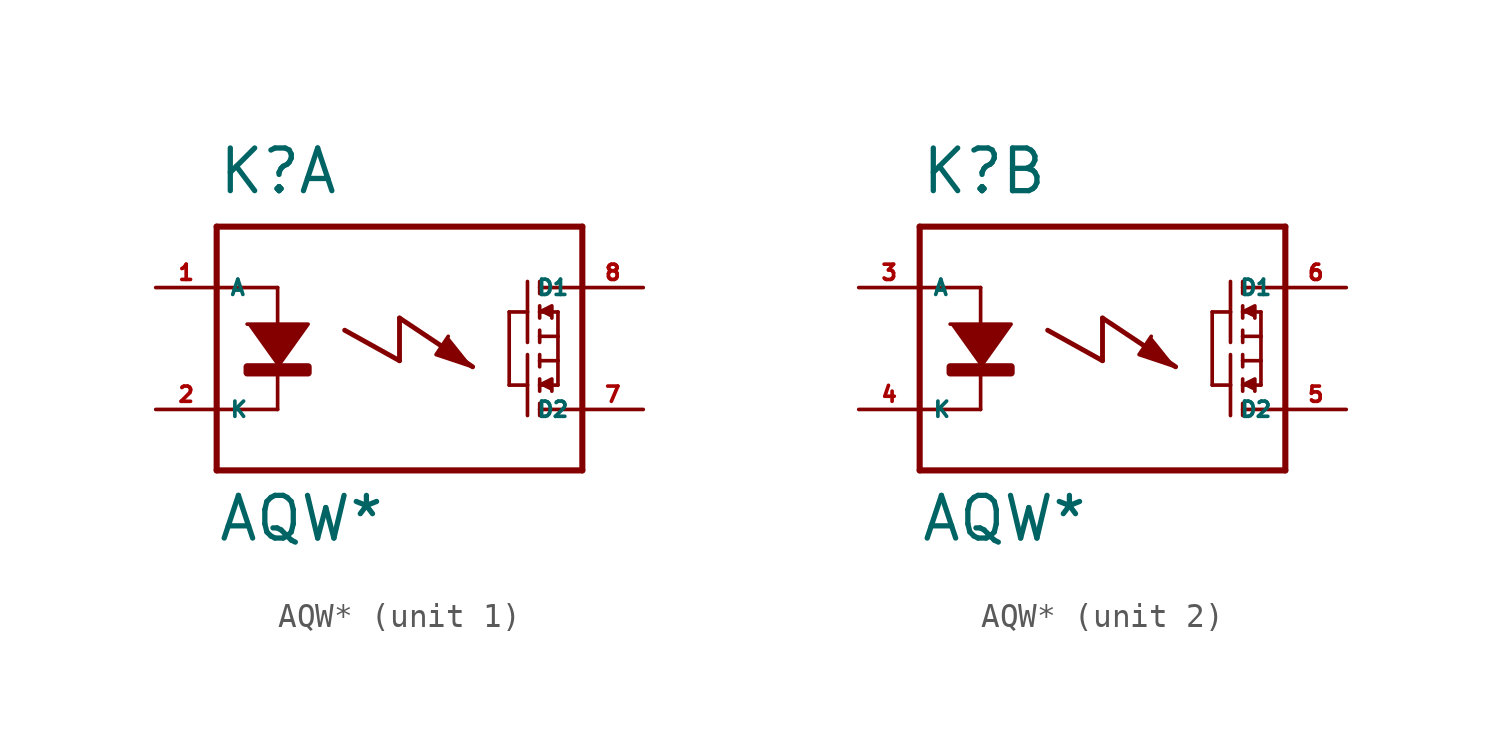
<source format=kicad_sym>
(kicad_symbol_lib
  (version 20220914)
  (generator Eagle2Kicad)
  (symbol "AQW*"
    (property "Reference" "K"
      (at -7.62 6.35 0)
      (effects (font (size 1.778 1.778) (thickness 0.22)) (justify left bottom)))
    (property "Value" "AQW*"
      (at -7.62 -8.128 0)
      (effects (font (size 1.778 1.778) (thickness 0.22)) (justify left bottom)))
    (symbol "AQW*_1_0"
      (polyline (pts (xy -6.35 1.016) (xy -3.81 1.016) (xy -5.08 -0.762)) (stroke (width 0.152) (type default)) (fill (type outline)))
      (polyline (pts (xy 5.842 1.524) (xy 6.35 1.778) (xy 6.35 1.27)) (stroke (width 0.152) (type default)) (fill (type outline)))
      (polyline (pts (xy 5.842 -1.524) (xy 6.35 -1.27) (xy 6.35 -1.778)) (stroke (width 0.152) (type default)) (fill (type outline)))
      (polyline (pts (xy 2.032 0.508) (xy 1.524 -0.254) (xy 3.048 -0.762)) (stroke (width 0.152) (type default)) (fill (type outline)))
      (polyline (pts (xy -5.08 2.54) (xy -5.08 -2.54)) (stroke (width 0.152) (type default)) (fill (type none)))
      (polyline (pts (xy 5.842 2.794) (xy 5.842 2.54)) (stroke (width 0.152) (type default)) (fill (type none)))
      (polyline (pts (xy 5.842 2.54) (xy 5.842 2.286)) (stroke (width 0.152) (type default)) (fill (type none)))
      (polyline (pts (xy 5.842 1.778) (xy 5.842 1.524)) (stroke (width 0.152) (type default)) (fill (type none)))
      (polyline (pts (xy 5.842 1.524) (xy 5.842 1.27)) (stroke (width 0.152) (type default)) (fill (type none)))
      (polyline (pts (xy 5.842 0.762) (xy 5.842 0.508)) (stroke (width 0.152) (type default)) (fill (type none)))
      (polyline (pts (xy 5.842 0.508) (xy 5.842 0.254)) (stroke (width 0.152) (type default)) (fill (type none)))
      (polyline (pts (xy 5.842 1.524) (xy 6.604 1.524)) (stroke (width 0.152) (type default)) (fill (type none)))
      (polyline (pts (xy 5.842 0.508) (xy 6.604 0.508)) (stroke (width 0.152) (type default)) (fill (type none)))
      (polyline (pts (xy 6.604 0.508) (xy 6.604 1.524)) (stroke (width 0.152) (type default)) (fill (type none)))
      (polyline (pts (xy 5.334 2.794) (xy 5.334 1.524)) (stroke (width 0.152) (type default)) (fill (type none)))
      (polyline (pts (xy 5.334 1.524) (xy 5.334 0.254)) (stroke (width 0.152) (type default)) (fill (type none)))
      (polyline (pts (xy 5.334 1.524) (xy 4.572 1.524)) (stroke (width 0.152) (type default)) (fill (type none)))
      (polyline (pts (xy 5.842 -2.794) (xy 5.842 -2.54)) (stroke (width 0.152) (type default)) (fill (type none)))
      (polyline (pts (xy 5.842 -2.54) (xy 5.842 -2.286)) (stroke (width 0.152) (type default)) (fill (type none)))
      (polyline (pts (xy 5.842 -1.778) (xy 5.842 -1.524)) (stroke (width 0.152) (type default)) (fill (type none)))
      (polyline (pts (xy 5.842 -1.524) (xy 5.842 -1.27)) (stroke (width 0.152) (type default)) (fill (type none)))
      (polyline (pts (xy 5.842 -0.762) (xy 5.842 -0.508)) (stroke (width 0.152) (type default)) (fill (type none)))
      (polyline (pts (xy 5.842 -0.508) (xy 5.842 -0.254)) (stroke (width 0.152) (type default)) (fill (type none)))
      (polyline (pts (xy 5.842 -1.524) (xy 6.604 -1.524)) (stroke (width 0.152) (type default)) (fill (type none)))
      (polyline (pts (xy 5.842 -0.508) (xy 6.604 -0.508)) (stroke (width 0.152) (type default)) (fill (type none)))
      (polyline (pts (xy 6.604 -0.508) (xy 6.604 -1.524)) (stroke (width 0.152) (type default)) (fill (type none)))
      (polyline (pts (xy 6.604 0.508) (xy 6.604 -0.508)) (stroke (width 0.152) (type default)) (fill (type none)))
      (polyline (pts (xy 5.334 -2.794) (xy 5.334 -1.524)) (stroke (width 0.152) (type default)) (fill (type none)))
      (polyline (pts (xy 5.334 -1.524) (xy 5.334 -0.254)) (stroke (width 0.152) (type default)) (fill (type none)))
      (polyline (pts (xy 5.334 -1.524) (xy 4.572 -1.524)) (stroke (width 0.152) (type default)) (fill (type none)))
      (polyline (pts (xy 4.572 1.524) (xy 4.572 -1.524)) (stroke (width 0.152) (type default)) (fill (type none)))
      (polyline (pts (xy 5.842 2.54) (xy 7.62 2.54)) (stroke (width 0.152) (type default)) (fill (type none)))
      (polyline (pts (xy 5.842 -2.54) (xy 7.62 -2.54)) (stroke (width 0.152) (type default)) (fill (type none)))
      (polyline (pts (xy -7.62 5.08) (xy -7.62 2.54)) (stroke (width 0.254) (type default)) (fill (type none)))
      (polyline (pts (xy -7.62 2.54) (xy -7.62 -2.54)) (stroke (width 0.254) (type default)) (fill (type none)))
      (polyline (pts (xy -7.62 -2.54) (xy -7.62 -5.08)) (stroke (width 0.254) (type default)) (fill (type none)))
      (polyline (pts (xy -7.62 -5.08) (xy 7.62 -5.08)) (stroke (width 0.254) (type default)) (fill (type none)))
      (polyline (pts (xy 7.62 -5.08) (xy 7.62 5.08)) (stroke (width 0.254) (type default)) (fill (type none)))
      (polyline (pts (xy 7.62 5.08) (xy -7.62 5.08)) (stroke (width 0.254) (type default)) (fill (type none)))
      (polyline (pts (xy -5.08 2.54) (xy -7.62 2.54)) (stroke (width 0.152) (type default)) (fill (type none)))
      (polyline (pts (xy -5.08 -2.54) (xy -7.62 -2.54)) (stroke (width 0.152) (type default)) (fill (type none)))
      (polyline (pts (xy -2.286 0.762) (xy 0 -0.508)) (stroke (width 0.203) (type default)) (fill (type none)))
      (polyline (pts (xy 0 -0.508) (xy 0 1.27)) (stroke (width 0.203) (type default)) (fill (type none)))
      (polyline (pts (xy 0 1.27) (xy 3.048 -0.762)) (stroke (width 0.203) (type default)) (fill (type none)))
      (rectangle (start -6.35 -1.016) (end -3.81 -0.762) (stroke (width 0.3) (type default)) (fill (type outline)))
      (pin passive line (at -10.16 -2.54 0) (length 2.54) (name "K" (effects (font (size 0.635 0.635) (thickness 0.08)) (justify left bottom))) (number "2" (effects (font (size 0.635 0.635) (thickness 0.08)) (justify left bottom))))
      (pin passive line (at 10.16 2.54 180) (length 2.54) (name "D1" (effects (font (size 0.635 0.635) (thickness 0.08)) (justify left bottom))) (number "8" (effects (font (size 0.635 0.635) (thickness 0.08)) (justify left bottom))))
      (pin passive line (at 10.16 -2.54 180) (length 2.54) (name "D2" (effects (font (size 0.635 0.635) (thickness 0.08)) (justify left bottom))) (number "7" (effects (font (size 0.635 0.635) (thickness 0.08)) (justify left bottom))))
      (pin passive line (at -10.16 2.54 0) (length 2.54) (name "A" (effects (font (size 0.635 0.635) (thickness 0.08)) (justify left bottom))) (number "1" (effects (font (size 0.635 0.635) (thickness 0.08)) (justify left bottom)))))
    (symbol "AQW*_2_0"
      (polyline (pts (xy -6.35 1.016) (xy -3.81 1.016) (xy -5.08 -0.762)) (stroke (width 0.152) (type default)) (fill (type outline)))
      (polyline (pts (xy 5.842 1.524) (xy 6.35 1.778) (xy 6.35 1.27)) (stroke (width 0.152) (type default)) (fill (type outline)))
      (polyline (pts (xy 5.842 -1.524) (xy 6.35 -1.27) (xy 6.35 -1.778)) (stroke (width 0.152) (type default)) (fill (type outline)))
      (polyline (pts (xy 2.032 0.508) (xy 1.524 -0.254) (xy 3.048 -0.762)) (stroke (width 0.152) (type default)) (fill (type outline)))
      (polyline (pts (xy -5.08 2.54) (xy -5.08 -2.54)) (stroke (width 0.152) (type default)) (fill (type none)))
      (polyline (pts (xy 5.842 2.794) (xy 5.842 2.54)) (stroke (width 0.152) (type default)) (fill (type none)))
      (polyline (pts (xy 5.842 2.54) (xy 5.842 2.286)) (stroke (width 0.152) (type default)) (fill (type none)))
      (polyline (pts (xy 5.842 1.778) (xy 5.842 1.524)) (stroke (width 0.152) (type default)) (fill (type none)))
      (polyline (pts (xy 5.842 1.524) (xy 5.842 1.27)) (stroke (width 0.152) (type default)) (fill (type none)))
      (polyline (pts (xy 5.842 0.762) (xy 5.842 0.508)) (stroke (width 0.152) (type default)) (fill (type none)))
      (polyline (pts (xy 5.842 0.508) (xy 5.842 0.254)) (stroke (width 0.152) (type default)) (fill (type none)))
      (polyline (pts (xy 5.842 1.524) (xy 6.604 1.524)) (stroke (width 0.152) (type default)) (fill (type none)))
      (polyline (pts (xy 5.842 0.508) (xy 6.604 0.508)) (stroke (width 0.152) (type default)) (fill (type none)))
      (polyline (pts (xy 6.604 0.508) (xy 6.604 1.524)) (stroke (width 0.152) (type default)) (fill (type none)))
      (polyline (pts (xy 5.334 2.794) (xy 5.334 1.524)) (stroke (width 0.152) (type default)) (fill (type none)))
      (polyline (pts (xy 5.334 1.524) (xy 5.334 0.254)) (stroke (width 0.152) (type default)) (fill (type none)))
      (polyline (pts (xy 5.334 1.524) (xy 4.572 1.524)) (stroke (width 0.152) (type default)) (fill (type none)))
      (polyline (pts (xy 5.842 -2.794) (xy 5.842 -2.54)) (stroke (width 0.152) (type default)) (fill (type none)))
      (polyline (pts (xy 5.842 -2.54) (xy 5.842 -2.286)) (stroke (width 0.152) (type default)) (fill (type none)))
      (polyline (pts (xy 5.842 -1.778) (xy 5.842 -1.524)) (stroke (width 0.152) (type default)) (fill (type none)))
      (polyline (pts (xy 5.842 -1.524) (xy 5.842 -1.27)) (stroke (width 0.152) (type default)) (fill (type none)))
      (polyline (pts (xy 5.842 -0.762) (xy 5.842 -0.508)) (stroke (width 0.152) (type default)) (fill (type none)))
      (polyline (pts (xy 5.842 -0.508) (xy 5.842 -0.254)) (stroke (width 0.152) (type default)) (fill (type none)))
      (polyline (pts (xy 5.842 -1.524) (xy 6.604 -1.524)) (stroke (width 0.152) (type default)) (fill (type none)))
      (polyline (pts (xy 5.842 -0.508) (xy 6.604 -0.508)) (stroke (width 0.152) (type default)) (fill (type none)))
      (polyline (pts (xy 6.604 -0.508) (xy 6.604 -1.524)) (stroke (width 0.152) (type default)) (fill (type none)))
      (polyline (pts (xy 6.604 0.508) (xy 6.604 -0.508)) (stroke (width 0.152) (type default)) (fill (type none)))
      (polyline (pts (xy 5.334 -2.794) (xy 5.334 -1.524)) (stroke (width 0.152) (type default)) (fill (type none)))
      (polyline (pts (xy 5.334 -1.524) (xy 5.334 -0.254)) (stroke (width 0.152) (type default)) (fill (type none)))
      (polyline (pts (xy 5.334 -1.524) (xy 4.572 -1.524)) (stroke (width 0.152) (type default)) (fill (type none)))
      (polyline (pts (xy 4.572 1.524) (xy 4.572 -1.524)) (stroke (width 0.152) (type default)) (fill (type none)))
      (polyline (pts (xy 5.842 2.54) (xy 7.62 2.54)) (stroke (width 0.152) (type default)) (fill (type none)))
      (polyline (pts (xy 5.842 -2.54) (xy 7.62 -2.54)) (stroke (width 0.152) (type default)) (fill (type none)))
      (polyline (pts (xy -7.62 5.08) (xy -7.62 2.54)) (stroke (width 0.254) (type default)) (fill (type none)))
      (polyline (pts (xy -7.62 2.54) (xy -7.62 -2.54)) (stroke (width 0.254) (type default)) (fill (type none)))
      (polyline (pts (xy -7.62 -2.54) (xy -7.62 -5.08)) (stroke (width 0.254) (type default)) (fill (type none)))
      (polyline (pts (xy -7.62 -5.08) (xy 7.62 -5.08)) (stroke (width 0.254) (type default)) (fill (type none)))
      (polyline (pts (xy 7.62 -5.08) (xy 7.62 5.08)) (stroke (width 0.254) (type default)) (fill (type none)))
      (polyline (pts (xy 7.62 5.08) (xy -7.62 5.08)) (stroke (width 0.254) (type default)) (fill (type none)))
      (polyline (pts (xy -5.08 2.54) (xy -7.62 2.54)) (stroke (width 0.152) (type default)) (fill (type none)))
      (polyline (pts (xy -5.08 -2.54) (xy -7.62 -2.54)) (stroke (width 0.152) (type default)) (fill (type none)))
      (polyline (pts (xy -2.286 0.762) (xy 0 -0.508)) (stroke (width 0.203) (type default)) (fill (type none)))
      (polyline (pts (xy 0 -0.508) (xy 0 1.27)) (stroke (width 0.203) (type default)) (fill (type none)))
      (polyline (pts (xy 0 1.27) (xy 3.048 -0.762)) (stroke (width 0.203) (type default)) (fill (type none)))
      (rectangle (start -6.35 -1.016) (end -3.81 -0.762) (stroke (width 0.3) (type default)) (fill (type outline)))
      (pin passive line (at -10.16 -2.54 0) (length 2.54) (name "K" (effects (font (size 0.635 0.635) (thickness 0.08)) (justify left bottom))) (number "4" (effects (font (size 0.635 0.635) (thickness 0.08)) (justify left bottom))))
      (pin passive line (at 10.16 2.54 180) (length 2.54) (name "D1" (effects (font (size 0.635 0.635) (thickness 0.08)) (justify left bottom))) (number "6" (effects (font (size 0.635 0.635) (thickness 0.08)) (justify left bottom))))
      (pin passive line (at 10.16 -2.54 180) (length 2.54) (name "D2" (effects (font (size 0.635 0.635) (thickness 0.08)) (justify left bottom))) (number "5" (effects (font (size 0.635 0.635) (thickness 0.08)) (justify left bottom))))
      (pin passive line (at -10.16 2.54 0) (length 2.54) (name "A" (effects (font (size 0.635 0.635) (thickness 0.08)) (justify left bottom))) (number "3" (effects (font (size 0.635 0.635) (thickness 0.08)) (justify left bottom)))))))
</source>
